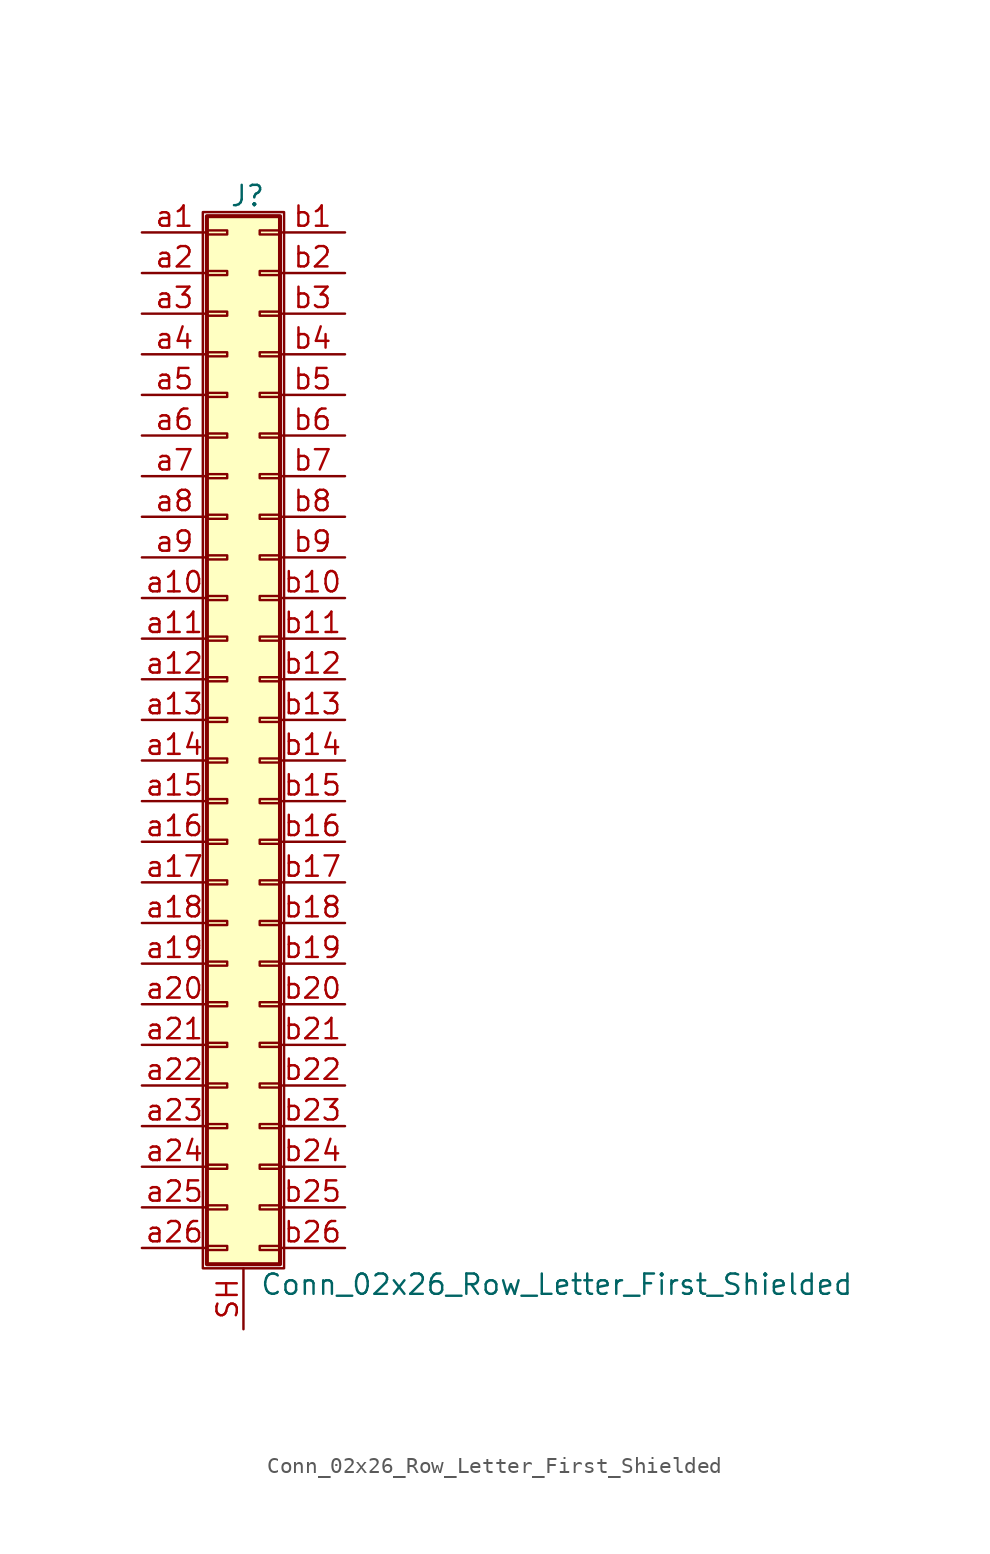
<source format=kicad_sym>
(kicad_symbol_lib
  (version 20201005)
  (generator kicad_symbol_editor)
  (symbol "Connector_Generic_Shielded:Conn_02x26_Row_Letter_First_Shielded"
    (pin_names
      (offset 1.016) hide)
    (property "Reference" "J"
      (at 1.524 32.766 0)
      (effects (font (size 1.27 1.27))))
    (property "Value" "Conn_02x26_Row_Letter_First_Shielded"
      (at 2.286 -35.306 0)
      (effects (font (size 1.27 1.27)) (justify left)))
    (symbol "Conn_02x26_Row_Letter_First_Shielded_1_1"
      (rectangle (start -1.016 -27.813) (end 0.254 -28.067) (stroke (width 0.152)) (fill (type none)))
      (rectangle (start -1.016 -30.353) (end 0.254 -30.607) (stroke (width 0.152)) (fill (type none)))
      (rectangle (start -1.016 -32.893) (end 0.254 -33.147) (stroke (width 0.152)) (fill (type none)))
      (rectangle (start -1.016 -4.953) (end 0.254 -5.207) (stroke (width 0.152)) (fill (type none)))
      (rectangle (start -1.016 -7.493) (end 0.254 -7.747) (stroke (width 0.152)) (fill (type none)))
      (rectangle (start -1.016 -10.033) (end 0.254 -10.287) (stroke (width 0.152)) (fill (type none)))
      (rectangle (start -1.016 -12.573) (end 0.254 -12.827) (stroke (width 0.152)) (fill (type none)))
      (rectangle (start -1.016 -15.113) (end 0.254 -15.367) (stroke (width 0.152)) (fill (type none)))
      (rectangle (start -1.016 -17.653) (end 0.254 -17.907) (stroke (width 0.152)) (fill (type none)))
      (rectangle (start -1.016 -20.193) (end 0.254 -20.447) (stroke (width 0.152)) (fill (type none)))
      (rectangle (start -1.016 -22.733) (end 0.254 -22.987) (stroke (width 0.152)) (fill (type none)))
      (rectangle (start -1.016 -2.413) (end 0.254 -2.667) (stroke (width 0.152)) (fill (type none)))
      (rectangle (start -1.016 -25.273) (end 0.254 -25.527) (stroke (width 0.152)) (fill (type none)))
      (rectangle (start -1.016 25.527) (end 0.254 25.273) (stroke (width 0.152)) (fill (type none)))
      (rectangle (start -1.016 2.667) (end 0.254 2.413) (stroke (width 0.152)) (fill (type none)))
      (rectangle (start -1.016 28.067) (end 0.254 27.813) (stroke (width 0.152)) (fill (type none)))
      (rectangle (start -1.016 30.607) (end 0.254 30.353) (stroke (width 0.152)) (fill (type none)))
      (rectangle (start -1.016 31.496) (end 3.556 -34.036) (stroke (width 0.254)) (fill (type background)))
      (rectangle (start -1.016 5.207) (end 0.254 4.953) (stroke (width 0.152)) (fill (type none)))
      (rectangle (start -1.016 7.747) (end 0.254 7.493) (stroke (width 0.152)) (fill (type none)))
      (rectangle (start -1.016 10.287) (end 0.254 10.033) (stroke (width 0.152)) (fill (type none)))
      (rectangle (start -1.016 0.127) (end 0.254 -0.127) (stroke (width 0.152)) (fill (type none)))
      (rectangle (start -1.016 12.827) (end 0.254 12.573) (stroke (width 0.152)) (fill (type none)))
      (rectangle (start -1.016 15.367) (end 0.254 15.113) (stroke (width 0.152)) (fill (type none)))
      (rectangle (start -1.016 17.907) (end 0.254 17.653) (stroke (width 0.152)) (fill (type none)))
      (rectangle (start -1.016 20.447) (end 0.254 20.193) (stroke (width 0.152)) (fill (type none)))
      (rectangle (start -1.016 22.987) (end 0.254 22.733) (stroke (width 0.152)) (fill (type none)))
      (rectangle (start -1.27 31.75) (end 3.81 -34.29) (stroke (width 0.152)) (fill (type none)))
      (rectangle (start 3.556 -27.813) (end 2.286 -28.067) (stroke (width 0.152)) (fill (type none)))
      (rectangle (start 3.556 -30.353) (end 2.286 -30.607) (stroke (width 0.152)) (fill (type none)))
      (rectangle (start 3.556 -32.893) (end 2.286 -33.147) (stroke (width 0.152)) (fill (type none)))
      (rectangle (start 3.556 -4.953) (end 2.286 -5.207) (stroke (width 0.152)) (fill (type none)))
      (rectangle (start 3.556 -7.493) (end 2.286 -7.747) (stroke (width 0.152)) (fill (type none)))
      (rectangle (start 3.556 -10.033) (end 2.286 -10.287) (stroke (width 0.152)) (fill (type none)))
      (rectangle (start 3.556 -12.573) (end 2.286 -12.827) (stroke (width 0.152)) (fill (type none)))
      (rectangle (start 3.556 -15.113) (end 2.286 -15.367) (stroke (width 0.152)) (fill (type none)))
      (rectangle (start 3.556 -17.653) (end 2.286 -17.907) (stroke (width 0.152)) (fill (type none)))
      (rectangle (start 3.556 -20.193) (end 2.286 -20.447) (stroke (width 0.152)) (fill (type none)))
      (rectangle (start 3.556 -22.733) (end 2.286 -22.987) (stroke (width 0.152)) (fill (type none)))
      (rectangle (start 3.556 -2.413) (end 2.286 -2.667) (stroke (width 0.152)) (fill (type none)))
      (rectangle (start 3.556 -25.273) (end 2.286 -25.527) (stroke (width 0.152)) (fill (type none)))
      (rectangle (start 3.556 25.527) (end 2.286 25.273) (stroke (width 0.152)) (fill (type none)))
      (rectangle (start 3.556 2.667) (end 2.286 2.413) (stroke (width 0.152)) (fill (type none)))
      (rectangle (start 3.556 28.067) (end 2.286 27.813) (stroke (width 0.152)) (fill (type none)))
      (rectangle (start 3.556 30.607) (end 2.286 30.353) (stroke (width 0.152)) (fill (type none)))
      (rectangle (start 3.556 5.207) (end 2.286 4.953) (stroke (width 0.152)) (fill (type none)))
      (rectangle (start 3.556 7.747) (end 2.286 7.493) (stroke (width 0.152)) (fill (type none)))
      (rectangle (start 3.556 10.287) (end 2.286 10.033) (stroke (width 0.152)) (fill (type none)))
      (rectangle (start 3.556 0.127) (end 2.286 -0.127) (stroke (width 0.152)) (fill (type none)))
      (rectangle (start 3.556 12.827) (end 2.286 12.573) (stroke (width 0.152)) (fill (type none)))
      (rectangle (start 3.556 15.367) (end 2.286 15.113) (stroke (width 0.152)) (fill (type none)))
      (rectangle (start 3.556 17.907) (end 2.286 17.653) (stroke (width 0.152)) (fill (type none)))
      (rectangle (start 3.556 20.447) (end 2.286 20.193) (stroke (width 0.152)) (fill (type none)))
      (rectangle (start 3.556 22.987) (end 2.286 22.733) (stroke (width 0.152)) (fill (type none)))
      (pin passive line (at -5.08 30.48 0) (length 4.064) (name "Pin_a1" (effects (font (size 1.27 1.27)))) (number "a1" (effects (font (size 1.27 1.27)))))
      (pin passive line (at -5.08 7.62 0) (length 4.064) (name "Pin_a10" (effects (font (size 1.27 1.27)))) (number "a10" (effects (font (size 1.27 1.27)))))
      (pin passive line (at -5.08 5.08 0) (length 4.064) (name "Pin_a11" (effects (font (size 1.27 1.27)))) (number "a11" (effects (font (size 1.27 1.27)))))
      (pin passive line (at -5.08 2.54 0) (length 4.064) (name "Pin_a12" (effects (font (size 1.27 1.27)))) (number "a12" (effects (font (size 1.27 1.27)))))
      (pin passive line (at -5.08 0 0) (length 4.064) (name "Pin_a13" (effects (font (size 1.27 1.27)))) (number "a13" (effects (font (size 1.27 1.27)))))
      (pin passive line (at -5.08 -2.54 0) (length 4.064) (name "Pin_a14" (effects (font (size 1.27 1.27)))) (number "a14" (effects (font (size 1.27 1.27)))))
      (pin passive line (at -5.08 -5.08 0) (length 4.064) (name "Pin_a15" (effects (font (size 1.27 1.27)))) (number "a15" (effects (font (size 1.27 1.27)))))
      (pin passive line (at -5.08 -7.62 0) (length 4.064) (name "Pin_a16" (effects (font (size 1.27 1.27)))) (number "a16" (effects (font (size 1.27 1.27)))))
      (pin passive line (at -5.08 -10.16 0) (length 4.064) (name "Pin_a17" (effects (font (size 1.27 1.27)))) (number "a17" (effects (font (size 1.27 1.27)))))
      (pin passive line (at -5.08 -12.7 0) (length 4.064) (name "Pin_a18" (effects (font (size 1.27 1.27)))) (number "a18" (effects (font (size 1.27 1.27)))))
      (pin passive line (at -5.08 -15.24 0) (length 4.064) (name "Pin_a19" (effects (font (size 1.27 1.27)))) (number "a19" (effects (font (size 1.27 1.27)))))
      (pin passive line (at -5.08 27.94 0) (length 4.064) (name "Pin_a2" (effects (font (size 1.27 1.27)))) (number "a2" (effects (font (size 1.27 1.27)))))
      (pin passive line (at -5.08 -17.78 0) (length 4.064) (name "Pin_a20" (effects (font (size 1.27 1.27)))) (number "a20" (effects (font (size 1.27 1.27)))))
      (pin passive line (at -5.08 -20.32 0) (length 4.064) (name "Pin_a21" (effects (font (size 1.27 1.27)))) (number "a21" (effects (font (size 1.27 1.27)))))
      (pin passive line (at -5.08 -22.86 0) (length 4.064) (name "Pin_a22" (effects (font (size 1.27 1.27)))) (number "a22" (effects (font (size 1.27 1.27)))))
      (pin passive line (at -5.08 -25.4 0) (length 4.064) (name "Pin_a23" (effects (font (size 1.27 1.27)))) (number "a23" (effects (font (size 1.27 1.27)))))
      (pin passive line (at -5.08 -27.94 0) (length 4.064) (name "Pin_a24" (effects (font (size 1.27 1.27)))) (number "a24" (effects (font (size 1.27 1.27)))))
      (pin passive line (at -5.08 -30.48 0) (length 4.064) (name "Pin_a25" (effects (font (size 1.27 1.27)))) (number "a25" (effects (font (size 1.27 1.27)))))
      (pin passive line (at -5.08 -33.02 0) (length 4.064) (name "Pin_a26" (effects (font (size 1.27 1.27)))) (number "a26" (effects (font (size 1.27 1.27)))))
      (pin passive line (at -5.08 25.4 0) (length 4.064) (name "Pin_a3" (effects (font (size 1.27 1.27)))) (number "a3" (effects (font (size 1.27 1.27)))))
      (pin passive line (at -5.08 22.86 0) (length 4.064) (name "Pin_a4" (effects (font (size 1.27 1.27)))) (number "a4" (effects (font (size 1.27 1.27)))))
      (pin passive line (at -5.08 20.32 0) (length 4.064) (name "Pin_a5" (effects (font (size 1.27 1.27)))) (number "a5" (effects (font (size 1.27 1.27)))))
      (pin passive line (at -5.08 17.78 0) (length 4.064) (name "Pin_a6" (effects (font (size 1.27 1.27)))) (number "a6" (effects (font (size 1.27 1.27)))))
      (pin passive line (at -5.08 15.24 0) (length 4.064) (name "Pin_a7" (effects (font (size 1.27 1.27)))) (number "a7" (effects (font (size 1.27 1.27)))))
      (pin passive line (at -5.08 12.7 0) (length 4.064) (name "Pin_a8" (effects (font (size 1.27 1.27)))) (number "a8" (effects (font (size 1.27 1.27)))))
      (pin passive line (at -5.08 10.16 0) (length 4.064) (name "Pin_a9" (effects (font (size 1.27 1.27)))) (number "a9" (effects (font (size 1.27 1.27)))))
      (pin passive line (at 7.62 30.48 180) (length 4.064) (name "Pin_b1" (effects (font (size 1.27 1.27)))) (number "b1" (effects (font (size 1.27 1.27)))))
      (pin passive line (at 7.62 7.62 180) (length 4.064) (name "Pin_b10" (effects (font (size 1.27 1.27)))) (number "b10" (effects (font (size 1.27 1.27)))))
      (pin passive line (at 7.62 5.08 180) (length 4.064) (name "Pin_b11" (effects (font (size 1.27 1.27)))) (number "b11" (effects (font (size 1.27 1.27)))))
      (pin passive line (at 7.62 2.54 180) (length 4.064) (name "Pin_b12" (effects (font (size 1.27 1.27)))) (number "b12" (effects (font (size 1.27 1.27)))))
      (pin passive line (at 7.62 0 180) (length 4.064) (name "Pin_b13" (effects (font (size 1.27 1.27)))) (number "b13" (effects (font (size 1.27 1.27)))))
      (pin passive line (at 7.62 -2.54 180) (length 4.064) (name "Pin_b14" (effects (font (size 1.27 1.27)))) (number "b14" (effects (font (size 1.27 1.27)))))
      (pin passive line (at 7.62 -5.08 180) (length 4.064) (name "Pin_b15" (effects (font (size 1.27 1.27)))) (number "b15" (effects (font (size 1.27 1.27)))))
      (pin passive line (at 7.62 -7.62 180) (length 4.064) (name "Pin_b16" (effects (font (size 1.27 1.27)))) (number "b16" (effects (font (size 1.27 1.27)))))
      (pin passive line (at 7.62 -10.16 180) (length 4.064) (name "Pin_b17" (effects (font (size 1.27 1.27)))) (number "b17" (effects (font (size 1.27 1.27)))))
      (pin passive line (at 7.62 -12.7 180) (length 4.064) (name "Pin_b18" (effects (font (size 1.27 1.27)))) (number "b18" (effects (font (size 1.27 1.27)))))
      (pin passive line (at 7.62 -15.24 180) (length 4.064) (name "Pin_b19" (effects (font (size 1.27 1.27)))) (number "b19" (effects (font (size 1.27 1.27)))))
      (pin passive line (at 7.62 27.94 180) (length 4.064) (name "Pin_b2" (effects (font (size 1.27 1.27)))) (number "b2" (effects (font (size 1.27 1.27)))))
      (pin passive line (at 7.62 -17.78 180) (length 4.064) (name "Pin_b20" (effects (font (size 1.27 1.27)))) (number "b20" (effects (font (size 1.27 1.27)))))
      (pin passive line (at 7.62 -20.32 180) (length 4.064) (name "Pin_b21" (effects (font (size 1.27 1.27)))) (number "b21" (effects (font (size 1.27 1.27)))))
      (pin passive line (at 7.62 -22.86 180) (length 4.064) (name "Pin_b22" (effects (font (size 1.27 1.27)))) (number "b22" (effects (font (size 1.27 1.27)))))
      (pin passive line (at 7.62 -25.4 180) (length 4.064) (name "Pin_b23" (effects (font (size 1.27 1.27)))) (number "b23" (effects (font (size 1.27 1.27)))))
      (pin passive line (at 7.62 -27.94 180) (length 4.064) (name "Pin_b24" (effects (font (size 1.27 1.27)))) (number "b24" (effects (font (size 1.27 1.27)))))
      (pin passive line (at 7.62 -30.48 180) (length 4.064) (name "Pin_b25" (effects (font (size 1.27 1.27)))) (number "b25" (effects (font (size 1.27 1.27)))))
      (pin passive line (at 7.62 -33.02 180) (length 4.064) (name "Pin_b26" (effects (font (size 1.27 1.27)))) (number "b26" (effects (font (size 1.27 1.27)))))
      (pin passive line (at 7.62 25.4 180) (length 4.064) (name "Pin_b3" (effects (font (size 1.27 1.27)))) (number "b3" (effects (font (size 1.27 1.27)))))
      (pin passive line (at 7.62 22.86 180) (length 4.064) (name "Pin_b4" (effects (font (size 1.27 1.27)))) (number "b4" (effects (font (size 1.27 1.27)))))
      (pin passive line (at 7.62 20.32 180) (length 4.064) (name "Pin_b5" (effects (font (size 1.27 1.27)))) (number "b5" (effects (font (size 1.27 1.27)))))
      (pin passive line (at 7.62 17.78 180) (length 4.064) (name "Pin_b6" (effects (font (size 1.27 1.27)))) (number "b6" (effects (font (size 1.27 1.27)))))
      (pin passive line (at 7.62 15.24 180) (length 4.064) (name "Pin_b7" (effects (font (size 1.27 1.27)))) (number "b7" (effects (font (size 1.27 1.27)))))
      (pin passive line (at 7.62 12.7 180) (length 4.064) (name "Pin_b8" (effects (font (size 1.27 1.27)))) (number "b8" (effects (font (size 1.27 1.27)))))
      (pin passive line (at 7.62 10.16 180) (length 4.064) (name "Pin_b9" (effects (font (size 1.27 1.27)))) (number "b9" (effects (font (size 1.27 1.27)))))
      (pin passive line (at 1.27 -38.1 90) (length 3.81) (name "Shield" (effects (font (size 1.27 1.27)))) (number "SH" (effects (font (size 1.27 1.27))))))))
</source>
